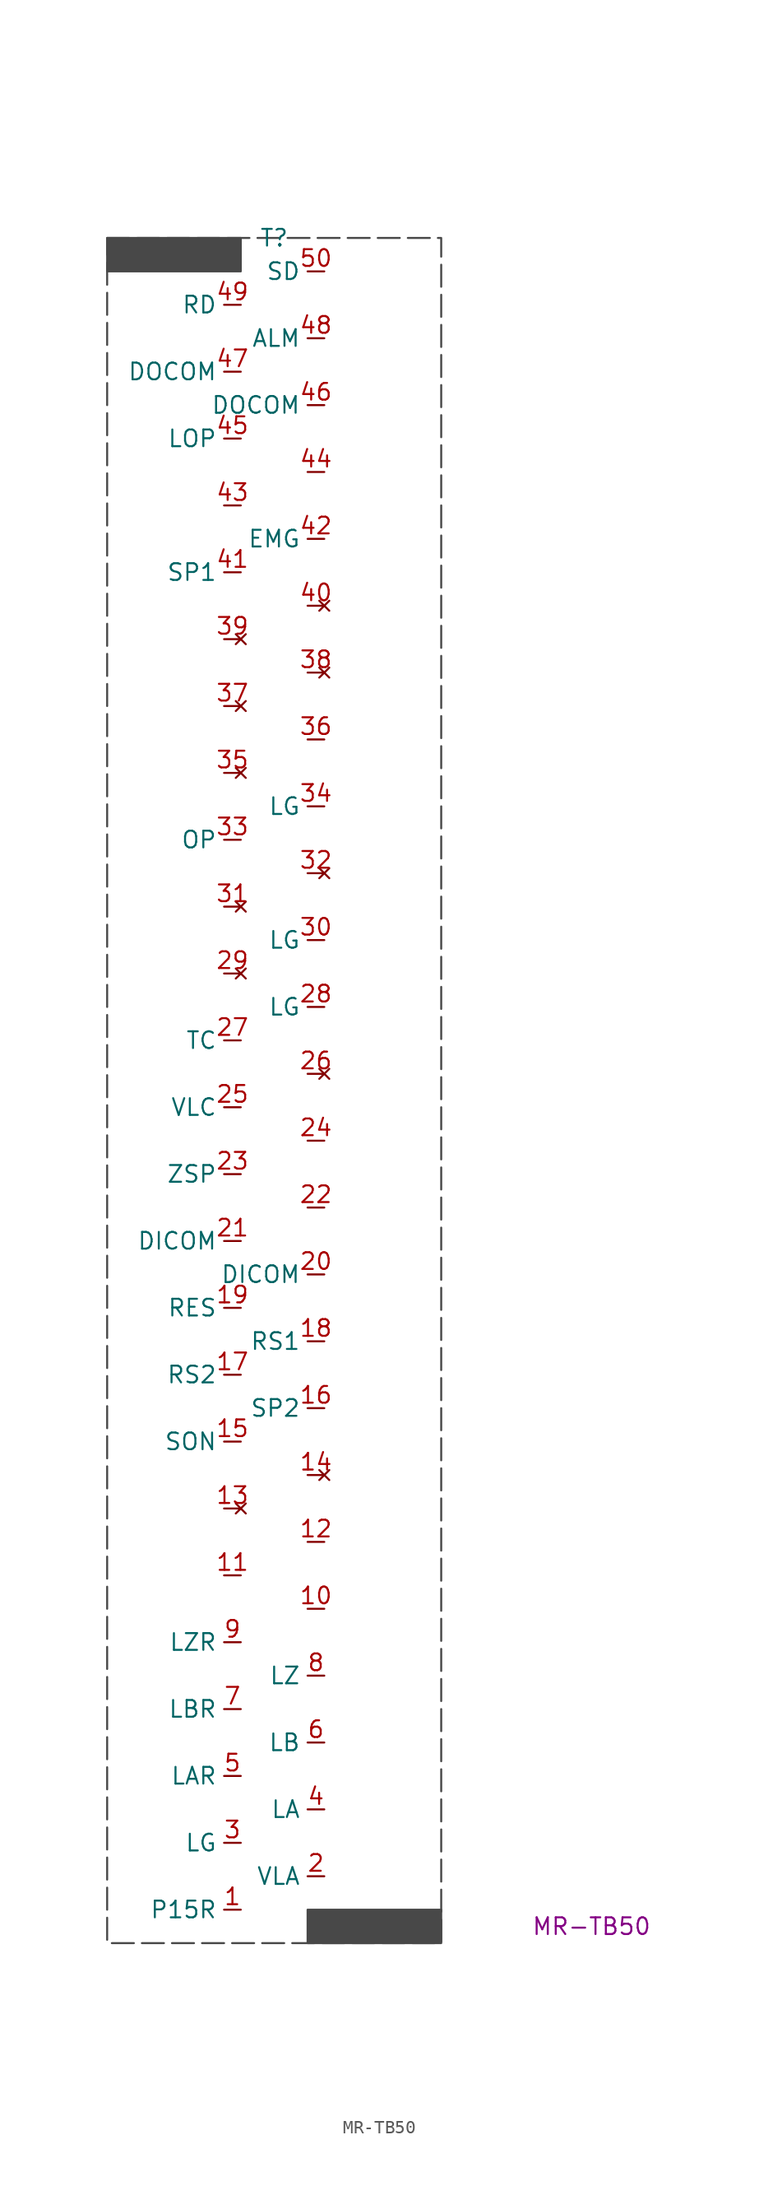
<source format=kicad_sym>
(kicad_symbol_lib
  (version 20231120)
  (generator "kicad_symbol_editor")
  (generator_version "8.0")
  (symbol "MR-TB50"
    (property "Reference" "T"
      (at 0 0 0)
      (effects (font (size 1.27 1.27))))
    (property "Value" ""
      (at 24.13 -128.27 0)
      (effects (font (size 1.27 1.27))))
    (property "Description" "MR-TB50"
      (at 24.13 -128.27 0)
      (effects (font (size 1.27 1.27))))
    (symbol "MR-TB50_1_1"
      (rectangle (start -12.7 0) (end -2.54 -2.54) (stroke (width 0) (type default) (color 72 72 72 1)) (fill (type color) (color 72 72 72 1)))
      (rectangle (start -12.7 0) (end 12.7 -129.54) (stroke (width 0) (type dash) (color 72 72 72 1)) (fill (type none)))
      (rectangle (start 2.54 -127) (end 12.7 -129.54) (stroke (width 0) (type default) (color 72 72 72 1)) (fill (type outline)))
      (pin power_out line (at -2.54 -127 180) (length 1.27) (name "P15R" (effects (font (size 1.27 1.27)))) (number "1" (effects (font (size 1.27 1.27)))))
      (pin unspecified line (at 3.81 -104.14 180) (length 1.27) (name "" (effects (font (size 1.27 1.27)))) (number "10" (effects (font (size 1.27 1.27)))))
      (pin unspecified line (at -2.54 -101.6 180) (length 1.27) (name "" (effects (font (size 1.27 1.27)))) (number "11" (effects (font (size 1.27 1.27)))))
      (pin unspecified line (at 3.81 -99.06 180) (length 1.27) (name "" (effects (font (size 1.27 1.27)))) (number "12" (effects (font (size 1.27 1.27)))))
      (pin no_connect line (at -2.54 -96.52 180) (length 1.27) (name "" (effects (font (size 1.27 1.27)))) (number "13" (effects (font (size 1.27 1.27)))))
      (pin no_connect line (at 3.81 -93.98 180) (length 1.27) (name "" (effects (font (size 1.27 1.27)))) (number "14" (effects (font (size 1.27 1.27)))))
      (pin input line (at -2.54 -91.44 180) (length 1.27) (name "SON" (effects (font (size 1.27 1.27)))) (number "15" (effects (font (size 1.27 1.27)))))
      (pin input line (at 3.81 -88.9 180) (length 1.27) (name "SP2" (effects (font (size 1.27 1.27)))) (number "16" (effects (font (size 1.27 1.27)))))
      (pin input line (at -2.54 -86.36 180) (length 1.27) (name "RS2" (effects (font (size 1.27 1.27)))) (number "17" (effects (font (size 1.27 1.27)))))
      (pin input line (at 3.81 -83.82 180) (length 1.27) (name "RS1" (effects (font (size 1.27 1.27)))) (number "18" (effects (font (size 1.27 1.27)))))
      (pin input line (at -2.54 -81.28 180) (length 1.27) (name "RES" (effects (font (size 1.27 1.27)))) (number "19" (effects (font (size 1.27 1.27)))))
      (pin input line (at 3.81 -124.46 180) (length 1.27) (name "VLA" (effects (font (size 1.27 1.27)))) (number "2" (effects (font (size 1.27 1.27)))))
      (pin power_in line (at 3.81 -78.74 180) (length 1.27) (name "DICOM" (effects (font (size 1.27 1.27)))) (number "20" (effects (font (size 1.27 1.27)))))
      (pin power_in line (at -2.54 -76.2 180) (length 1.27) (name "DICOM" (effects (font (size 1.27 1.27)))) (number "21" (effects (font (size 1.27 1.27)))))
      (pin unspecified line (at 3.81 -73.66 180) (length 1.27) (name "" (effects (font (size 1.27 1.27)))) (number "22" (effects (font (size 1.27 1.27)))))
      (pin output line (at -2.54 -71.12 180) (length 1.27) (name "ZSP" (effects (font (size 1.27 1.27)))) (number "23" (effects (font (size 1.27 1.27)))))
      (pin unspecified line (at 3.81 -68.58 180) (length 1.27) (name "" (effects (font (size 1.27 1.27)))) (number "24" (effects (font (size 1.27 1.27)))))
      (pin output line (at -2.54 -66.04 180) (length 1.27) (name "VLC" (effects (font (size 1.27 1.27)))) (number "25" (effects (font (size 1.27 1.27)))))
      (pin no_connect line (at 3.81 -63.5 180) (length 1.27) (name "" (effects (font (size 1.27 1.27)))) (number "26" (effects (font (size 1.27 1.27)))))
      (pin input line (at -2.54 -60.96 180) (length 1.27) (name "TC" (effects (font (size 1.27 1.27)))) (number "27" (effects (font (size 1.27 1.27)))))
      (pin input line (at 3.81 -58.42 180) (length 1.27) (name "LG" (effects (font (size 1.27 1.27)))) (number "28" (effects (font (size 1.27 1.27)))))
      (pin no_connect line (at -2.54 -55.88 180) (length 1.27) (name "" (effects (font (size 1.27 1.27)))) (number "29" (effects (font (size 1.27 1.27)))))
      (pin input line (at -2.54 -121.92 180) (length 1.27) (name "LG" (effects (font (size 1.27 1.27)))) (number "3" (effects (font (size 1.27 1.27)))))
      (pin input line (at 3.81 -53.34 180) (length 1.27) (name "LG" (effects (font (size 1.27 1.27)))) (number "30" (effects (font (size 1.27 1.27)))))
      (pin no_connect line (at -2.54 -50.8 180) (length 1.27) (name "" (effects (font (size 1.27 1.27)))) (number "31" (effects (font (size 1.27 1.27)))))
      (pin no_connect line (at 3.81 -48.26 180) (length 1.27) (name "" (effects (font (size 1.27 1.27)))) (number "32" (effects (font (size 1.27 1.27)))))
      (pin input line (at -2.54 -45.72 180) (length 1.27) (name "OP" (effects (font (size 1.27 1.27)))) (number "33" (effects (font (size 1.27 1.27)))))
      (pin input line (at 3.81 -43.18 180) (length 1.27) (name "LG" (effects (font (size 1.27 1.27)))) (number "34" (effects (font (size 1.27 1.27)))))
      (pin no_connect line (at -2.54 -40.64 180) (length 1.27) (name "" (effects (font (size 1.27 1.27)))) (number "35" (effects (font (size 1.27 1.27)))))
      (pin unspecified line (at 3.81 -38.1 180) (length 1.27) (name "" (effects (font (size 1.27 1.27)))) (number "36" (effects (font (size 1.27 1.27)))))
      (pin no_connect line (at -2.54 -35.56 180) (length 1.27) (name "" (effects (font (size 1.27 1.27)))) (number "37" (effects (font (size 1.27 1.27)))))
      (pin no_connect line (at 3.81 -33.02 180) (length 1.27) (name "" (effects (font (size 1.27 1.27)))) (number "38" (effects (font (size 1.27 1.27)))))
      (pin no_connect line (at -2.54 -30.48 180) (length 1.27) (name "" (effects (font (size 1.27 1.27)))) (number "39" (effects (font (size 1.27 1.27)))))
      (pin output line (at 3.81 -119.38 180) (length 1.27) (name "LA" (effects (font (size 1.27 1.27)))) (number "4" (effects (font (size 1.27 1.27)))))
      (pin no_connect line (at 3.81 -27.94 180) (length 1.27) (name "" (effects (font (size 1.27 1.27)))) (number "40" (effects (font (size 1.27 1.27)))))
      (pin input line (at -2.54 -25.4 180) (length 1.27) (name "SP1" (effects (font (size 1.27 1.27)))) (number "41" (effects (font (size 1.27 1.27)))))
      (pin input line (at 3.81 -22.86 180) (length 1.27) (name "EMG" (effects (font (size 1.27 1.27)))) (number "42" (effects (font (size 1.27 1.27)))))
      (pin unspecified line (at -2.54 -20.32 180) (length 1.27) (name "" (effects (font (size 1.27 1.27)))) (number "43" (effects (font (size 1.27 1.27)))))
      (pin unspecified line (at 3.81 -17.78 180) (length 1.27) (name "" (effects (font (size 1.27 1.27)))) (number "44" (effects (font (size 1.27 1.27)))))
      (pin input line (at -2.54 -15.24 180) (length 1.27) (name "LOP" (effects (font (size 1.27 1.27)))) (number "45" (effects (font (size 1.27 1.27)))))
      (pin power_in line (at 3.81 -12.7 180) (length 1.27) (name "DOCOM" (effects (font (size 1.27 1.27)))) (number "46" (effects (font (size 1.27 1.27)))))
      (pin power_in line (at -2.54 -10.16 180) (length 1.27) (name "DOCOM" (effects (font (size 1.27 1.27)))) (number "47" (effects (font (size 1.27 1.27)))))
      (pin output line (at 3.81 -7.62 180) (length 1.27) (name "ALM" (effects (font (size 1.27 1.27)))) (number "48" (effects (font (size 1.27 1.27)))))
      (pin output line (at -2.54 -5.08 180) (length 1.27) (name "RD" (effects (font (size 1.27 1.27)))) (number "49" (effects (font (size 1.27 1.27)))))
      (pin passive line (at -2.54 -116.84 180) (length 1.27) (name "LAR" (effects (font (size 1.27 1.27)))) (number "5" (effects (font (size 1.27 1.27)))))
      (pin input line (at 3.81 -2.54 180) (length 1.27) (name "SD" (effects (font (size 1.27 1.27)))) (number "50" (effects (font (size 1.27 1.27)))))
      (pin output line (at 3.81 -114.3 180) (length 1.27) (name "LB" (effects (font (size 1.27 1.27)))) (number "6" (effects (font (size 1.27 1.27)))))
      (pin passive line (at -2.54 -111.76 180) (length 1.27) (name "LBR" (effects (font (size 1.27 1.27)))) (number "7" (effects (font (size 1.27 1.27)))))
      (pin output line (at 3.81 -109.22 180) (length 1.27) (name "LZ" (effects (font (size 1.27 1.27)))) (number "8" (effects (font (size 1.27 1.27)))))
      (pin passive line (at -2.54 -106.68 180) (length 1.27) (name "LZR" (effects (font (size 1.27 1.27)))) (number "9" (effects (font (size 1.27 1.27))))))))
</source>
